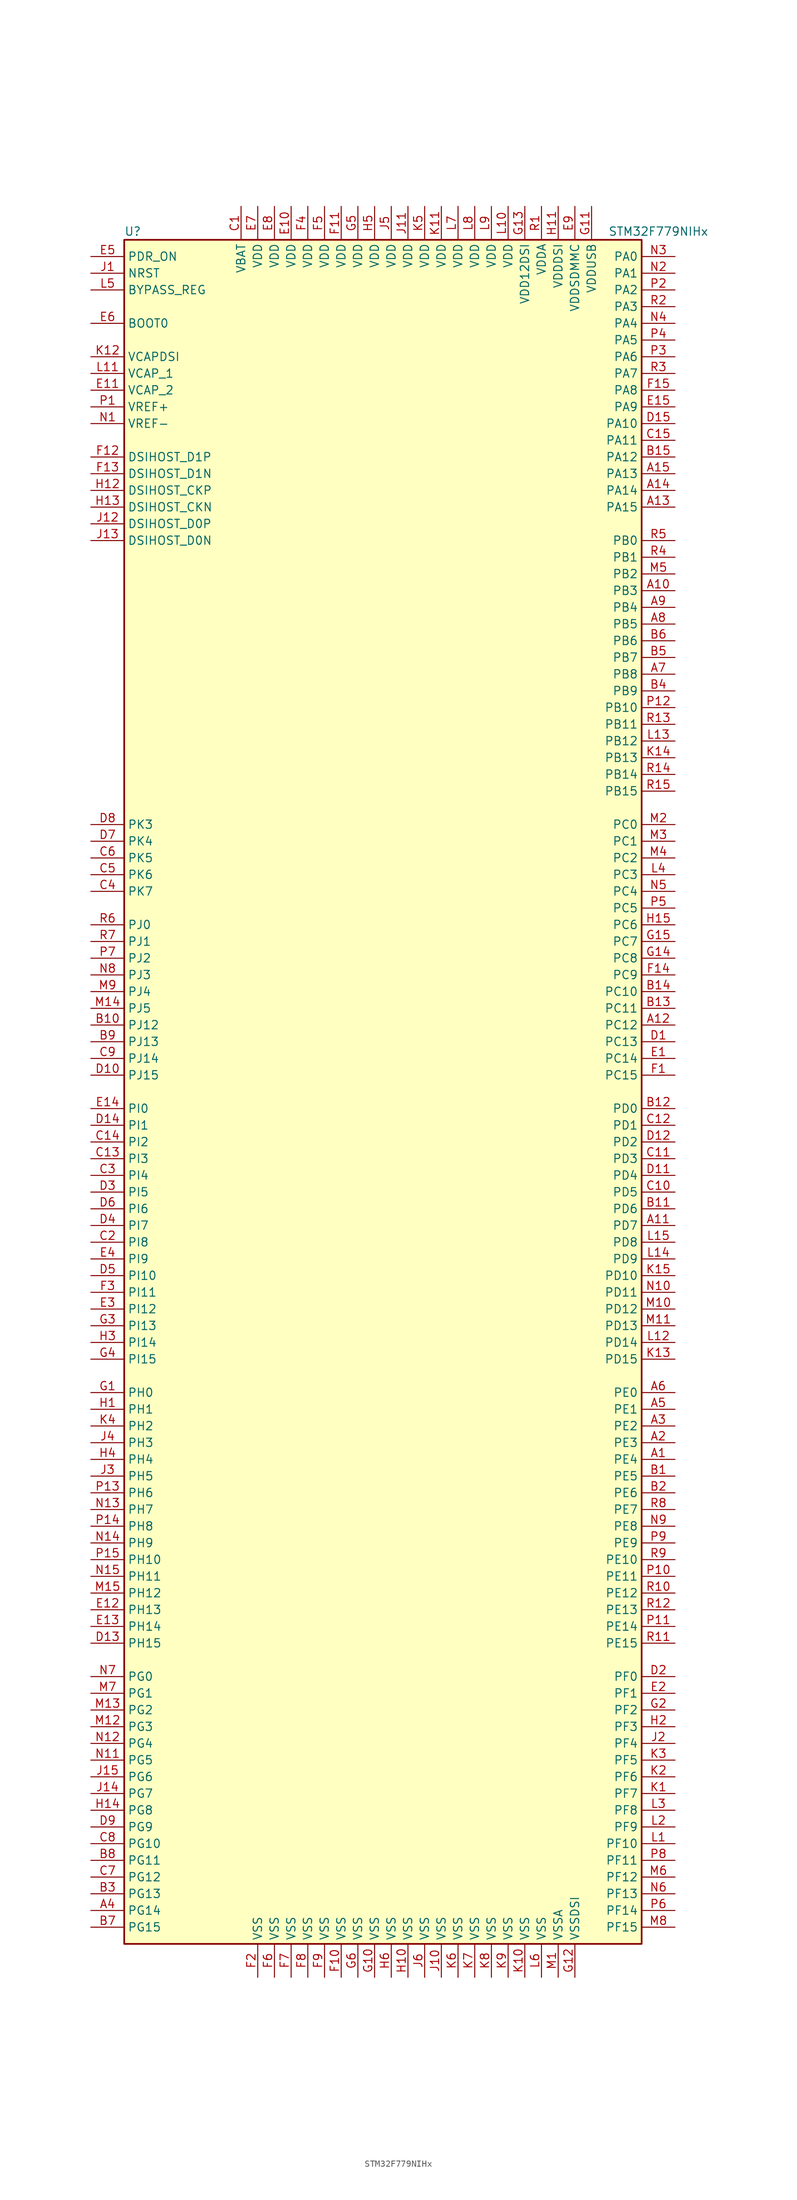
<source format=kicad_sym>
(kicad_symbol_lib
  (version 20201005)
  (generator kicad_symbol_editor)
  (symbol "MCU_ST_STM32F7:STM32F779NIHx"
    (property "Reference" "U"
      (at -40.64 130.81 0)
      (effects (font (size 1.27 1.27)) (justify left)))
    (property "Value" "STM32F779NIHx"
      (at 33.02 130.81 0)
      (effects (font (size 1.27 1.27)) (justify left)))
    (symbol "STM32F779NIHx_0_1"
      (rectangle (start -40.64 -129.54) (end 38.1 129.54) (stroke (width 0.254)) (fill (type background))))
    (symbol "STM32F779NIHx_1_1"
      (pin input line (at -45.72 116.84 0) (length 5.08) (name "BOOT0" (effects (font (size 1.27 1.27)))) (number "E6" (effects (font (size 1.27 1.27)))))
      (pin input line (at -45.72 121.92 0) (length 5.08) (name "BYPASS_REG" (effects (font (size 1.27 1.27)))) (number "L5" (effects (font (size 1.27 1.27)))))
      (pin bidirectional line (at -45.72 88.9 0) (length 5.08) (name "DSIHOST_CKN" (effects (font (size 1.27 1.27)))) (number "H13" (effects (font (size 1.27 1.27)))))
      (pin bidirectional line (at -45.72 91.44 0) (length 5.08) (name "DSIHOST_CKP" (effects (font (size 1.27 1.27)))) (number "H12" (effects (font (size 1.27 1.27)))))
      (pin bidirectional line (at -45.72 83.82 0) (length 5.08) (name "DSIHOST_D0N" (effects (font (size 1.27 1.27)))) (number "J13" (effects (font (size 1.27 1.27)))))
      (pin bidirectional line (at -45.72 86.36 0) (length 5.08) (name "DSIHOST_D0P" (effects (font (size 1.27 1.27)))) (number "J12" (effects (font (size 1.27 1.27)))))
      (pin bidirectional line (at -45.72 93.98 0) (length 5.08) (name "DSIHOST_D1N" (effects (font (size 1.27 1.27)))) (number "F13" (effects (font (size 1.27 1.27)))))
      (pin bidirectional line (at -45.72 96.52 0) (length 5.08) (name "DSIHOST_D1P" (effects (font (size 1.27 1.27)))) (number "F12" (effects (font (size 1.27 1.27)))))
      (pin input line (at -45.72 124.46 0) (length 5.08) (name "NRST" (effects (font (size 1.27 1.27)))) (number "J1" (effects (font (size 1.27 1.27)))))
      (pin bidirectional line (at 43.18 127 180) (length 5.08) (name "PA0" (effects (font (size 1.27 1.27)))) (number "N3" (effects (font (size 1.27 1.27)))))
      (pin bidirectional line (at 43.18 124.46 180) (length 5.08) (name "PA1" (effects (font (size 1.27 1.27)))) (number "N2" (effects (font (size 1.27 1.27)))))
      (pin bidirectional line (at 43.18 101.6 180) (length 5.08) (name "PA10" (effects (font (size 1.27 1.27)))) (number "D15" (effects (font (size 1.27 1.27)))))
      (pin bidirectional line (at 43.18 99.06 180) (length 5.08) (name "PA11" (effects (font (size 1.27 1.27)))) (number "C15" (effects (font (size 1.27 1.27)))))
      (pin bidirectional line (at 43.18 96.52 180) (length 5.08) (name "PA12" (effects (font (size 1.27 1.27)))) (number "B15" (effects (font (size 1.27 1.27)))))
      (pin bidirectional line (at 43.18 93.98 180) (length 5.08) (name "PA13" (effects (font (size 1.27 1.27)))) (number "A15" (effects (font (size 1.27 1.27)))))
      (pin bidirectional line (at 43.18 91.44 180) (length 5.08) (name "PA14" (effects (font (size 1.27 1.27)))) (number "A14" (effects (font (size 1.27 1.27)))))
      (pin bidirectional line (at 43.18 88.9 180) (length 5.08) (name "PA15" (effects (font (size 1.27 1.27)))) (number "A13" (effects (font (size 1.27 1.27)))))
      (pin bidirectional line (at 43.18 121.92 180) (length 5.08) (name "PA2" (effects (font (size 1.27 1.27)))) (number "P2" (effects (font (size 1.27 1.27)))))
      (pin bidirectional line (at 43.18 119.38 180) (length 5.08) (name "PA3" (effects (font (size 1.27 1.27)))) (number "R2" (effects (font (size 1.27 1.27)))))
      (pin bidirectional line (at 43.18 116.84 180) (length 5.08) (name "PA4" (effects (font (size 1.27 1.27)))) (number "N4" (effects (font (size 1.27 1.27)))))
      (pin bidirectional line (at 43.18 114.3 180) (length 5.08) (name "PA5" (effects (font (size 1.27 1.27)))) (number "P4" (effects (font (size 1.27 1.27)))))
      (pin bidirectional line (at 43.18 111.76 180) (length 5.08) (name "PA6" (effects (font (size 1.27 1.27)))) (number "P3" (effects (font (size 1.27 1.27)))))
      (pin bidirectional line (at 43.18 109.22 180) (length 5.08) (name "PA7" (effects (font (size 1.27 1.27)))) (number "R3" (effects (font (size 1.27 1.27)))))
      (pin bidirectional line (at 43.18 106.68 180) (length 5.08) (name "PA8" (effects (font (size 1.27 1.27)))) (number "F15" (effects (font (size 1.27 1.27)))))
      (pin bidirectional line (at 43.18 104.14 180) (length 5.08) (name "PA9" (effects (font (size 1.27 1.27)))) (number "E15" (effects (font (size 1.27 1.27)))))
      (pin bidirectional line (at 43.18 83.82 180) (length 5.08) (name "PB0" (effects (font (size 1.27 1.27)))) (number "R5" (effects (font (size 1.27 1.27)))))
      (pin bidirectional line (at 43.18 81.28 180) (length 5.08) (name "PB1" (effects (font (size 1.27 1.27)))) (number "R4" (effects (font (size 1.27 1.27)))))
      (pin bidirectional line (at 43.18 58.42 180) (length 5.08) (name "PB10" (effects (font (size 1.27 1.27)))) (number "P12" (effects (font (size 1.27 1.27)))))
      (pin bidirectional line (at 43.18 55.88 180) (length 5.08) (name "PB11" (effects (font (size 1.27 1.27)))) (number "R13" (effects (font (size 1.27 1.27)))))
      (pin bidirectional line (at 43.18 53.34 180) (length 5.08) (name "PB12" (effects (font (size 1.27 1.27)))) (number "L13" (effects (font (size 1.27 1.27)))))
      (pin bidirectional line (at 43.18 50.8 180) (length 5.08) (name "PB13" (effects (font (size 1.27 1.27)))) (number "K14" (effects (font (size 1.27 1.27)))))
      (pin bidirectional line (at 43.18 48.26 180) (length 5.08) (name "PB14" (effects (font (size 1.27 1.27)))) (number "R14" (effects (font (size 1.27 1.27)))))
      (pin bidirectional line (at 43.18 45.72 180) (length 5.08) (name "PB15" (effects (font (size 1.27 1.27)))) (number "R15" (effects (font (size 1.27 1.27)))))
      (pin bidirectional line (at 43.18 78.74 180) (length 5.08) (name "PB2" (effects (font (size 1.27 1.27)))) (number "M5" (effects (font (size 1.27 1.27)))))
      (pin bidirectional line (at 43.18 76.2 180) (length 5.08) (name "PB3" (effects (font (size 1.27 1.27)))) (number "A10" (effects (font (size 1.27 1.27)))))
      (pin bidirectional line (at 43.18 73.66 180) (length 5.08) (name "PB4" (effects (font (size 1.27 1.27)))) (number "A9" (effects (font (size 1.27 1.27)))))
      (pin bidirectional line (at 43.18 71.12 180) (length 5.08) (name "PB5" (effects (font (size 1.27 1.27)))) (number "A8" (effects (font (size 1.27 1.27)))))
      (pin bidirectional line (at 43.18 68.58 180) (length 5.08) (name "PB6" (effects (font (size 1.27 1.27)))) (number "B6" (effects (font (size 1.27 1.27)))))
      (pin bidirectional line (at 43.18 66.04 180) (length 5.08) (name "PB7" (effects (font (size 1.27 1.27)))) (number "B5" (effects (font (size 1.27 1.27)))))
      (pin bidirectional line (at 43.18 63.5 180) (length 5.08) (name "PB8" (effects (font (size 1.27 1.27)))) (number "A7" (effects (font (size 1.27 1.27)))))
      (pin bidirectional line (at 43.18 60.96 180) (length 5.08) (name "PB9" (effects (font (size 1.27 1.27)))) (number "B4" (effects (font (size 1.27 1.27)))))
      (pin bidirectional line (at 43.18 40.64 180) (length 5.08) (name "PC0" (effects (font (size 1.27 1.27)))) (number "M2" (effects (font (size 1.27 1.27)))))
      (pin bidirectional line (at 43.18 38.1 180) (length 5.08) (name "PC1" (effects (font (size 1.27 1.27)))) (number "M3" (effects (font (size 1.27 1.27)))))
      (pin bidirectional line (at 43.18 15.24 180) (length 5.08) (name "PC10" (effects (font (size 1.27 1.27)))) (number "B14" (effects (font (size 1.27 1.27)))))
      (pin bidirectional line (at 43.18 12.7 180) (length 5.08) (name "PC11" (effects (font (size 1.27 1.27)))) (number "B13" (effects (font (size 1.27 1.27)))))
      (pin bidirectional line (at 43.18 10.16 180) (length 5.08) (name "PC12" (effects (font (size 1.27 1.27)))) (number "A12" (effects (font (size 1.27 1.27)))))
      (pin bidirectional line (at 43.18 7.62 180) (length 5.08) (name "PC13" (effects (font (size 1.27 1.27)))) (number "D1" (effects (font (size 1.27 1.27)))))
      (pin bidirectional line (at 43.18 5.08 180) (length 5.08) (name "PC14" (effects (font (size 1.27 1.27)))) (number "E1" (effects (font (size 1.27 1.27)))))
      (pin bidirectional line (at 43.18 2.54 180) (length 5.08) (name "PC15" (effects (font (size 1.27 1.27)))) (number "F1" (effects (font (size 1.27 1.27)))))
      (pin bidirectional line (at 43.18 35.56 180) (length 5.08) (name "PC2" (effects (font (size 1.27 1.27)))) (number "M4" (effects (font (size 1.27 1.27)))))
      (pin bidirectional line (at 43.18 33.02 180) (length 5.08) (name "PC3" (effects (font (size 1.27 1.27)))) (number "L4" (effects (font (size 1.27 1.27)))))
      (pin bidirectional line (at 43.18 30.48 180) (length 5.08) (name "PC4" (effects (font (size 1.27 1.27)))) (number "N5" (effects (font (size 1.27 1.27)))))
      (pin bidirectional line (at 43.18 27.94 180) (length 5.08) (name "PC5" (effects (font (size 1.27 1.27)))) (number "P5" (effects (font (size 1.27 1.27)))))
      (pin bidirectional line (at 43.18 25.4 180) (length 5.08) (name "PC6" (effects (font (size 1.27 1.27)))) (number "H15" (effects (font (size 1.27 1.27)))))
      (pin bidirectional line (at 43.18 22.86 180) (length 5.08) (name "PC7" (effects (font (size 1.27 1.27)))) (number "G15" (effects (font (size 1.27 1.27)))))
      (pin bidirectional line (at 43.18 20.32 180) (length 5.08) (name "PC8" (effects (font (size 1.27 1.27)))) (number "G14" (effects (font (size 1.27 1.27)))))
      (pin bidirectional line (at 43.18 17.78 180) (length 5.08) (name "PC9" (effects (font (size 1.27 1.27)))) (number "F14" (effects (font (size 1.27 1.27)))))
      (pin bidirectional line (at 43.18 -2.54 180) (length 5.08) (name "PD0" (effects (font (size 1.27 1.27)))) (number "B12" (effects (font (size 1.27 1.27)))))
      (pin bidirectional line (at 43.18 -5.08 180) (length 5.08) (name "PD1" (effects (font (size 1.27 1.27)))) (number "C12" (effects (font (size 1.27 1.27)))))
      (pin bidirectional line (at 43.18 -27.94 180) (length 5.08) (name "PD10" (effects (font (size 1.27 1.27)))) (number "K15" (effects (font (size 1.27 1.27)))))
      (pin bidirectional line (at 43.18 -30.48 180) (length 5.08) (name "PD11" (effects (font (size 1.27 1.27)))) (number "N10" (effects (font (size 1.27 1.27)))))
      (pin bidirectional line (at 43.18 -33.02 180) (length 5.08) (name "PD12" (effects (font (size 1.27 1.27)))) (number "M10" (effects (font (size 1.27 1.27)))))
      (pin bidirectional line (at 43.18 -35.56 180) (length 5.08) (name "PD13" (effects (font (size 1.27 1.27)))) (number "M11" (effects (font (size 1.27 1.27)))))
      (pin bidirectional line (at 43.18 -38.1 180) (length 5.08) (name "PD14" (effects (font (size 1.27 1.27)))) (number "L12" (effects (font (size 1.27 1.27)))))
      (pin bidirectional line (at 43.18 -40.64 180) (length 5.08) (name "PD15" (effects (font (size 1.27 1.27)))) (number "K13" (effects (font (size 1.27 1.27)))))
      (pin bidirectional line (at 43.18 -7.62 180) (length 5.08) (name "PD2" (effects (font (size 1.27 1.27)))) (number "D12" (effects (font (size 1.27 1.27)))))
      (pin bidirectional line (at 43.18 -10.16 180) (length 5.08) (name "PD3" (effects (font (size 1.27 1.27)))) (number "C11" (effects (font (size 1.27 1.27)))))
      (pin bidirectional line (at 43.18 -12.7 180) (length 5.08) (name "PD4" (effects (font (size 1.27 1.27)))) (number "D11" (effects (font (size 1.27 1.27)))))
      (pin bidirectional line (at 43.18 -15.24 180) (length 5.08) (name "PD5" (effects (font (size 1.27 1.27)))) (number "C10" (effects (font (size 1.27 1.27)))))
      (pin bidirectional line (at 43.18 -17.78 180) (length 5.08) (name "PD6" (effects (font (size 1.27 1.27)))) (number "B11" (effects (font (size 1.27 1.27)))))
      (pin bidirectional line (at 43.18 -20.32 180) (length 5.08) (name "PD7" (effects (font (size 1.27 1.27)))) (number "A11" (effects (font (size 1.27 1.27)))))
      (pin bidirectional line (at 43.18 -22.86 180) (length 5.08) (name "PD8" (effects (font (size 1.27 1.27)))) (number "L15" (effects (font (size 1.27 1.27)))))
      (pin bidirectional line (at 43.18 -25.4 180) (length 5.08) (name "PD9" (effects (font (size 1.27 1.27)))) (number "L14" (effects (font (size 1.27 1.27)))))
      (pin input line (at -45.72 127 0) (length 5.08) (name "PDR_ON" (effects (font (size 1.27 1.27)))) (number "E5" (effects (font (size 1.27 1.27)))))
      (pin bidirectional line (at 43.18 -45.72 180) (length 5.08) (name "PE0" (effects (font (size 1.27 1.27)))) (number "A6" (effects (font (size 1.27 1.27)))))
      (pin bidirectional line (at 43.18 -48.26 180) (length 5.08) (name "PE1" (effects (font (size 1.27 1.27)))) (number "A5" (effects (font (size 1.27 1.27)))))
      (pin bidirectional line (at 43.18 -71.12 180) (length 5.08) (name "PE10" (effects (font (size 1.27 1.27)))) (number "R9" (effects (font (size 1.27 1.27)))))
      (pin bidirectional line (at 43.18 -73.66 180) (length 5.08) (name "PE11" (effects (font (size 1.27 1.27)))) (number "P10" (effects (font (size 1.27 1.27)))))
      (pin bidirectional line (at 43.18 -76.2 180) (length 5.08) (name "PE12" (effects (font (size 1.27 1.27)))) (number "R10" (effects (font (size 1.27 1.27)))))
      (pin bidirectional line (at 43.18 -78.74 180) (length 5.08) (name "PE13" (effects (font (size 1.27 1.27)))) (number "R12" (effects (font (size 1.27 1.27)))))
      (pin bidirectional line (at 43.18 -81.28 180) (length 5.08) (name "PE14" (effects (font (size 1.27 1.27)))) (number "P11" (effects (font (size 1.27 1.27)))))
      (pin bidirectional line (at 43.18 -83.82 180) (length 5.08) (name "PE15" (effects (font (size 1.27 1.27)))) (number "R11" (effects (font (size 1.27 1.27)))))
      (pin bidirectional line (at 43.18 -50.8 180) (length 5.08) (name "PE2" (effects (font (size 1.27 1.27)))) (number "A3" (effects (font (size 1.27 1.27)))))
      (pin bidirectional line (at 43.18 -53.34 180) (length 5.08) (name "PE3" (effects (font (size 1.27 1.27)))) (number "A2" (effects (font (size 1.27 1.27)))))
      (pin bidirectional line (at 43.18 -55.88 180) (length 5.08) (name "PE4" (effects (font (size 1.27 1.27)))) (number "A1" (effects (font (size 1.27 1.27)))))
      (pin bidirectional line (at 43.18 -58.42 180) (length 5.08) (name "PE5" (effects (font (size 1.27 1.27)))) (number "B1" (effects (font (size 1.27 1.27)))))
      (pin bidirectional line (at 43.18 -60.96 180) (length 5.08) (name "PE6" (effects (font (size 1.27 1.27)))) (number "B2" (effects (font (size 1.27 1.27)))))
      (pin bidirectional line (at 43.18 -63.5 180) (length 5.08) (name "PE7" (effects (font (size 1.27 1.27)))) (number "R8" (effects (font (size 1.27 1.27)))))
      (pin bidirectional line (at 43.18 -66.04 180) (length 5.08) (name "PE8" (effects (font (size 1.27 1.27)))) (number "N9" (effects (font (size 1.27 1.27)))))
      (pin bidirectional line (at 43.18 -68.58 180) (length 5.08) (name "PE9" (effects (font (size 1.27 1.27)))) (number "P9" (effects (font (size 1.27 1.27)))))
      (pin bidirectional line (at 43.18 -88.9 180) (length 5.08) (name "PF0" (effects (font (size 1.27 1.27)))) (number "D2" (effects (font (size 1.27 1.27)))))
      (pin bidirectional line (at 43.18 -91.44 180) (length 5.08) (name "PF1" (effects (font (size 1.27 1.27)))) (number "E2" (effects (font (size 1.27 1.27)))))
      (pin bidirectional line (at 43.18 -114.3 180) (length 5.08) (name "PF10" (effects (font (size 1.27 1.27)))) (number "L1" (effects (font (size 1.27 1.27)))))
      (pin bidirectional line (at 43.18 -116.84 180) (length 5.08) (name "PF11" (effects (font (size 1.27 1.27)))) (number "P8" (effects (font (size 1.27 1.27)))))
      (pin bidirectional line (at 43.18 -119.38 180) (length 5.08) (name "PF12" (effects (font (size 1.27 1.27)))) (number "M6" (effects (font (size 1.27 1.27)))))
      (pin bidirectional line (at 43.18 -121.92 180) (length 5.08) (name "PF13" (effects (font (size 1.27 1.27)))) (number "N6" (effects (font (size 1.27 1.27)))))
      (pin bidirectional line (at 43.18 -124.46 180) (length 5.08) (name "PF14" (effects (font (size 1.27 1.27)))) (number "P6" (effects (font (size 1.27 1.27)))))
      (pin bidirectional line (at 43.18 -127 180) (length 5.08) (name "PF15" (effects (font (size 1.27 1.27)))) (number "M8" (effects (font (size 1.27 1.27)))))
      (pin bidirectional line (at 43.18 -93.98 180) (length 5.08) (name "PF2" (effects (font (size 1.27 1.27)))) (number "G2" (effects (font (size 1.27 1.27)))))
      (pin bidirectional line (at 43.18 -96.52 180) (length 5.08) (name "PF3" (effects (font (size 1.27 1.27)))) (number "H2" (effects (font (size 1.27 1.27)))))
      (pin bidirectional line (at 43.18 -99.06 180) (length 5.08) (name "PF4" (effects (font (size 1.27 1.27)))) (number "J2" (effects (font (size 1.27 1.27)))))
      (pin bidirectional line (at 43.18 -101.6 180) (length 5.08) (name "PF5" (effects (font (size 1.27 1.27)))) (number "K3" (effects (font (size 1.27 1.27)))))
      (pin bidirectional line (at 43.18 -104.14 180) (length 5.08) (name "PF6" (effects (font (size 1.27 1.27)))) (number "K2" (effects (font (size 1.27 1.27)))))
      (pin bidirectional line (at 43.18 -106.68 180) (length 5.08) (name "PF7" (effects (font (size 1.27 1.27)))) (number "K1" (effects (font (size 1.27 1.27)))))
      (pin bidirectional line (at 43.18 -109.22 180) (length 5.08) (name "PF8" (effects (font (size 1.27 1.27)))) (number "L3" (effects (font (size 1.27 1.27)))))
      (pin bidirectional line (at 43.18 -111.76 180) (length 5.08) (name "PF9" (effects (font (size 1.27 1.27)))) (number "L2" (effects (font (size 1.27 1.27)))))
      (pin bidirectional line (at -45.72 -88.9 0) (length 5.08) (name "PG0" (effects (font (size 1.27 1.27)))) (number "N7" (effects (font (size 1.27 1.27)))))
      (pin bidirectional line (at -45.72 -91.44 0) (length 5.08) (name "PG1" (effects (font (size 1.27 1.27)))) (number "M7" (effects (font (size 1.27 1.27)))))
      (pin bidirectional line (at -45.72 -114.3 0) (length 5.08) (name "PG10" (effects (font (size 1.27 1.27)))) (number "C8" (effects (font (size 1.27 1.27)))))
      (pin bidirectional line (at -45.72 -116.84 0) (length 5.08) (name "PG11" (effects (font (size 1.27 1.27)))) (number "B8" (effects (font (size 1.27 1.27)))))
      (pin bidirectional line (at -45.72 -119.38 0) (length 5.08) (name "PG12" (effects (font (size 1.27 1.27)))) (number "C7" (effects (font (size 1.27 1.27)))))
      (pin bidirectional line (at -45.72 -121.92 0) (length 5.08) (name "PG13" (effects (font (size 1.27 1.27)))) (number "B3" (effects (font (size 1.27 1.27)))))
      (pin bidirectional line (at -45.72 -124.46 0) (length 5.08) (name "PG14" (effects (font (size 1.27 1.27)))) (number "A4" (effects (font (size 1.27 1.27)))))
      (pin bidirectional line (at -45.72 -127 0) (length 5.08) (name "PG15" (effects (font (size 1.27 1.27)))) (number "B7" (effects (font (size 1.27 1.27)))))
      (pin bidirectional line (at -45.72 -93.98 0) (length 5.08) (name "PG2" (effects (font (size 1.27 1.27)))) (number "M13" (effects (font (size 1.27 1.27)))))
      (pin bidirectional line (at -45.72 -96.52 0) (length 5.08) (name "PG3" (effects (font (size 1.27 1.27)))) (number "M12" (effects (font (size 1.27 1.27)))))
      (pin bidirectional line (at -45.72 -99.06 0) (length 5.08) (name "PG4" (effects (font (size 1.27 1.27)))) (number "N12" (effects (font (size 1.27 1.27)))))
      (pin bidirectional line (at -45.72 -101.6 0) (length 5.08) (name "PG5" (effects (font (size 1.27 1.27)))) (number "N11" (effects (font (size 1.27 1.27)))))
      (pin bidirectional line (at -45.72 -104.14 0) (length 5.08) (name "PG6" (effects (font (size 1.27 1.27)))) (number "J15" (effects (font (size 1.27 1.27)))))
      (pin bidirectional line (at -45.72 -106.68 0) (length 5.08) (name "PG7" (effects (font (size 1.27 1.27)))) (number "J14" (effects (font (size 1.27 1.27)))))
      (pin bidirectional line (at -45.72 -109.22 0) (length 5.08) (name "PG8" (effects (font (size 1.27 1.27)))) (number "H14" (effects (font (size 1.27 1.27)))))
      (pin bidirectional line (at -45.72 -111.76 0) (length 5.08) (name "PG9" (effects (font (size 1.27 1.27)))) (number "D9" (effects (font (size 1.27 1.27)))))
      (pin input line (at -45.72 -45.72 0) (length 5.08) (name "PH0" (effects (font (size 1.27 1.27)))) (number "G1" (effects (font (size 1.27 1.27)))))
      (pin input line (at -45.72 -48.26 0) (length 5.08) (name "PH1" (effects (font (size 1.27 1.27)))) (number "H1" (effects (font (size 1.27 1.27)))))
      (pin bidirectional line (at -45.72 -71.12 0) (length 5.08) (name "PH10" (effects (font (size 1.27 1.27)))) (number "P15" (effects (font (size 1.27 1.27)))))
      (pin bidirectional line (at -45.72 -73.66 0) (length 5.08) (name "PH11" (effects (font (size 1.27 1.27)))) (number "N15" (effects (font (size 1.27 1.27)))))
      (pin bidirectional line (at -45.72 -76.2 0) (length 5.08) (name "PH12" (effects (font (size 1.27 1.27)))) (number "M15" (effects (font (size 1.27 1.27)))))
      (pin bidirectional line (at -45.72 -78.74 0) (length 5.08) (name "PH13" (effects (font (size 1.27 1.27)))) (number "E12" (effects (font (size 1.27 1.27)))))
      (pin bidirectional line (at -45.72 -81.28 0) (length 5.08) (name "PH14" (effects (font (size 1.27 1.27)))) (number "E13" (effects (font (size 1.27 1.27)))))
      (pin bidirectional line (at -45.72 -83.82 0) (length 5.08) (name "PH15" (effects (font (size 1.27 1.27)))) (number "D13" (effects (font (size 1.27 1.27)))))
      (pin bidirectional line (at -45.72 -50.8 0) (length 5.08) (name "PH2" (effects (font (size 1.27 1.27)))) (number "K4" (effects (font (size 1.27 1.27)))))
      (pin bidirectional line (at -45.72 -53.34 0) (length 5.08) (name "PH3" (effects (font (size 1.27 1.27)))) (number "J4" (effects (font (size 1.27 1.27)))))
      (pin bidirectional line (at -45.72 -55.88 0) (length 5.08) (name "PH4" (effects (font (size 1.27 1.27)))) (number "H4" (effects (font (size 1.27 1.27)))))
      (pin bidirectional line (at -45.72 -58.42 0) (length 5.08) (name "PH5" (effects (font (size 1.27 1.27)))) (number "J3" (effects (font (size 1.27 1.27)))))
      (pin bidirectional line (at -45.72 -60.96 0) (length 5.08) (name "PH6" (effects (font (size 1.27 1.27)))) (number "P13" (effects (font (size 1.27 1.27)))))
      (pin bidirectional line (at -45.72 -63.5 0) (length 5.08) (name "PH7" (effects (font (size 1.27 1.27)))) (number "N13" (effects (font (size 1.27 1.27)))))
      (pin bidirectional line (at -45.72 -66.04 0) (length 5.08) (name "PH8" (effects (font (size 1.27 1.27)))) (number "P14" (effects (font (size 1.27 1.27)))))
      (pin bidirectional line (at -45.72 -68.58 0) (length 5.08) (name "PH9" (effects (font (size 1.27 1.27)))) (number "N14" (effects (font (size 1.27 1.27)))))
      (pin bidirectional line (at -45.72 -2.54 0) (length 5.08) (name "PI0" (effects (font (size 1.27 1.27)))) (number "E14" (effects (font (size 1.27 1.27)))))
      (pin bidirectional line (at -45.72 -5.08 0) (length 5.08) (name "PI1" (effects (font (size 1.27 1.27)))) (number "D14" (effects (font (size 1.27 1.27)))))
      (pin bidirectional line (at -45.72 -27.94 0) (length 5.08) (name "PI10" (effects (font (size 1.27 1.27)))) (number "D5" (effects (font (size 1.27 1.27)))))
      (pin bidirectional line (at -45.72 -30.48 0) (length 5.08) (name "PI11" (effects (font (size 1.27 1.27)))) (number "F3" (effects (font (size 1.27 1.27)))))
      (pin bidirectional line (at -45.72 -33.02 0) (length 5.08) (name "PI12" (effects (font (size 1.27 1.27)))) (number "E3" (effects (font (size 1.27 1.27)))))
      (pin bidirectional line (at -45.72 -35.56 0) (length 5.08) (name "PI13" (effects (font (size 1.27 1.27)))) (number "G3" (effects (font (size 1.27 1.27)))))
      (pin bidirectional line (at -45.72 -38.1 0) (length 5.08) (name "PI14" (effects (font (size 1.27 1.27)))) (number "H3" (effects (font (size 1.27 1.27)))))
      (pin bidirectional line (at -45.72 -40.64 0) (length 5.08) (name "PI15" (effects (font (size 1.27 1.27)))) (number "G4" (effects (font (size 1.27 1.27)))))
      (pin bidirectional line (at -45.72 -7.62 0) (length 5.08) (name "PI2" (effects (font (size 1.27 1.27)))) (number "C14" (effects (font (size 1.27 1.27)))))
      (pin bidirectional line (at -45.72 -10.16 0) (length 5.08) (name "PI3" (effects (font (size 1.27 1.27)))) (number "C13" (effects (font (size 1.27 1.27)))))
      (pin bidirectional line (at -45.72 -12.7 0) (length 5.08) (name "PI4" (effects (font (size 1.27 1.27)))) (number "C3" (effects (font (size 1.27 1.27)))))
      (pin bidirectional line (at -45.72 -15.24 0) (length 5.08) (name "PI5" (effects (font (size 1.27 1.27)))) (number "D3" (effects (font (size 1.27 1.27)))))
      (pin bidirectional line (at -45.72 -17.78 0) (length 5.08) (name "PI6" (effects (font (size 1.27 1.27)))) (number "D6" (effects (font (size 1.27 1.27)))))
      (pin bidirectional line (at -45.72 -20.32 0) (length 5.08) (name "PI7" (effects (font (size 1.27 1.27)))) (number "D4" (effects (font (size 1.27 1.27)))))
      (pin bidirectional line (at -45.72 -22.86 0) (length 5.08) (name "PI8" (effects (font (size 1.27 1.27)))) (number "C2" (effects (font (size 1.27 1.27)))))
      (pin bidirectional line (at -45.72 -25.4 0) (length 5.08) (name "PI9" (effects (font (size 1.27 1.27)))) (number "E4" (effects (font (size 1.27 1.27)))))
      (pin bidirectional line (at -45.72 25.4 0) (length 5.08) (name "PJ0" (effects (font (size 1.27 1.27)))) (number "R6" (effects (font (size 1.27 1.27)))))
      (pin bidirectional line (at -45.72 22.86 0) (length 5.08) (name "PJ1" (effects (font (size 1.27 1.27)))) (number "R7" (effects (font (size 1.27 1.27)))))
      (pin bidirectional line (at -45.72 10.16 0) (length 5.08) (name "PJ12" (effects (font (size 1.27 1.27)))) (number "B10" (effects (font (size 1.27 1.27)))))
      (pin bidirectional line (at -45.72 7.62 0) (length 5.08) (name "PJ13" (effects (font (size 1.27 1.27)))) (number "B9" (effects (font (size 1.27 1.27)))))
      (pin bidirectional line (at -45.72 5.08 0) (length 5.08) (name "PJ14" (effects (font (size 1.27 1.27)))) (number "C9" (effects (font (size 1.27 1.27)))))
      (pin bidirectional line (at -45.72 2.54 0) (length 5.08) (name "PJ15" (effects (font (size 1.27 1.27)))) (number "D10" (effects (font (size 1.27 1.27)))))
      (pin bidirectional line (at -45.72 20.32 0) (length 5.08) (name "PJ2" (effects (font (size 1.27 1.27)))) (number "P7" (effects (font (size 1.27 1.27)))))
      (pin bidirectional line (at -45.72 17.78 0) (length 5.08) (name "PJ3" (effects (font (size 1.27 1.27)))) (number "N8" (effects (font (size 1.27 1.27)))))
      (pin bidirectional line (at -45.72 15.24 0) (length 5.08) (name "PJ4" (effects (font (size 1.27 1.27)))) (number "M9" (effects (font (size 1.27 1.27)))))
      (pin bidirectional line (at -45.72 12.7 0) (length 5.08) (name "PJ5" (effects (font (size 1.27 1.27)))) (number "M14" (effects (font (size 1.27 1.27)))))
      (pin bidirectional line (at -45.72 40.64 0) (length 5.08) (name "PK3" (effects (font (size 1.27 1.27)))) (number "D8" (effects (font (size 1.27 1.27)))))
      (pin bidirectional line (at -45.72 38.1 0) (length 5.08) (name "PK4" (effects (font (size 1.27 1.27)))) (number "D7" (effects (font (size 1.27 1.27)))))
      (pin bidirectional line (at -45.72 35.56 0) (length 5.08) (name "PK5" (effects (font (size 1.27 1.27)))) (number "C6" (effects (font (size 1.27 1.27)))))
      (pin bidirectional line (at -45.72 33.02 0) (length 5.08) (name "PK6" (effects (font (size 1.27 1.27)))) (number "C5" (effects (font (size 1.27 1.27)))))
      (pin bidirectional line (at -45.72 30.48 0) (length 5.08) (name "PK7" (effects (font (size 1.27 1.27)))) (number "C4" (effects (font (size 1.27 1.27)))))
      (pin power_in line (at -22.86 134.62 270) (length 5.08) (name "VBAT" (effects (font (size 1.27 1.27)))) (number "C1" (effects (font (size 1.27 1.27)))))
      (pin power_in line (at -45.72 111.76 0) (length 5.08) (name "VCAPDSI" (effects (font (size 1.27 1.27)))) (number "K12" (effects (font (size 1.27 1.27)))))
      (pin power_in line (at -45.72 109.22 0) (length 5.08) (name "VCAP_1" (effects (font (size 1.27 1.27)))) (number "L11" (effects (font (size 1.27 1.27)))))
      (pin power_in line (at -45.72 106.68 0) (length 5.08) (name "VCAP_2" (effects (font (size 1.27 1.27)))) (number "E11" (effects (font (size 1.27 1.27)))))
      (pin power_in line (at -15.24 134.62 270) (length 5.08) (name "VDD" (effects (font (size 1.27 1.27)))) (number "E10" (effects (font (size 1.27 1.27)))))
      (pin power_in line (at -20.32 134.62 270) (length 5.08) (name "VDD" (effects (font (size 1.27 1.27)))) (number "E7" (effects (font (size 1.27 1.27)))))
      (pin power_in line (at -17.78 134.62 270) (length 5.08) (name "VDD" (effects (font (size 1.27 1.27)))) (number "E8" (effects (font (size 1.27 1.27)))))
      (pin power_in line (at -7.62 134.62 270) (length 5.08) (name "VDD" (effects (font (size 1.27 1.27)))) (number "F11" (effects (font (size 1.27 1.27)))))
      (pin power_in line (at -12.7 134.62 270) (length 5.08) (name "VDD" (effects (font (size 1.27 1.27)))) (number "F4" (effects (font (size 1.27 1.27)))))
      (pin power_in line (at -10.16 134.62 270) (length 5.08) (name "VDD" (effects (font (size 1.27 1.27)))) (number "F5" (effects (font (size 1.27 1.27)))))
      (pin power_in line (at -5.08 134.62 270) (length 5.08) (name "VDD" (effects (font (size 1.27 1.27)))) (number "G5" (effects (font (size 1.27 1.27)))))
      (pin power_in line (at -2.54 134.62 270) (length 5.08) (name "VDD" (effects (font (size 1.27 1.27)))) (number "H5" (effects (font (size 1.27 1.27)))))
      (pin power_in line (at 2.54 134.62 270) (length 5.08) (name "VDD" (effects (font (size 1.27 1.27)))) (number "J11" (effects (font (size 1.27 1.27)))))
      (pin power_in line (at 0 134.62 270) (length 5.08) (name "VDD" (effects (font (size 1.27 1.27)))) (number "J5" (effects (font (size 1.27 1.27)))))
      (pin power_in line (at 7.62 134.62 270) (length 5.08) (name "VDD" (effects (font (size 1.27 1.27)))) (number "K11" (effects (font (size 1.27 1.27)))))
      (pin power_in line (at 5.08 134.62 270) (length 5.08) (name "VDD" (effects (font (size 1.27 1.27)))) (number "K5" (effects (font (size 1.27 1.27)))))
      (pin power_in line (at 17.78 134.62 270) (length 5.08) (name "VDD" (effects (font (size 1.27 1.27)))) (number "L10" (effects (font (size 1.27 1.27)))))
      (pin power_in line (at 10.16 134.62 270) (length 5.08) (name "VDD" (effects (font (size 1.27 1.27)))) (number "L7" (effects (font (size 1.27 1.27)))))
      (pin power_in line (at 12.7 134.62 270) (length 5.08) (name "VDD" (effects (font (size 1.27 1.27)))) (number "L8" (effects (font (size 1.27 1.27)))))
      (pin power_in line (at 15.24 134.62 270) (length 5.08) (name "VDD" (effects (font (size 1.27 1.27)))) (number "L9" (effects (font (size 1.27 1.27)))))
      (pin power_in line (at 20.32 134.62 270) (length 5.08) (name "VDD12DSI" (effects (font (size 1.27 1.27)))) (number "G13" (effects (font (size 1.27 1.27)))))
      (pin power_in line (at 22.86 134.62 270) (length 5.08) (name "VDDA" (effects (font (size 1.27 1.27)))) (number "R1" (effects (font (size 1.27 1.27)))))
      (pin power_in line (at 25.4 134.62 270) (length 5.08) (name "VDDDSI" (effects (font (size 1.27 1.27)))) (number "H11" (effects (font (size 1.27 1.27)))))
      (pin power_in line (at 27.94 134.62 270) (length 5.08) (name "VDDSDMMC" (effects (font (size 1.27 1.27)))) (number "E9" (effects (font (size 1.27 1.27)))))
      (pin power_in line (at 30.48 134.62 270) (length 5.08) (name "VDDUSB" (effects (font (size 1.27 1.27)))) (number "G11" (effects (font (size 1.27 1.27)))))
      (pin power_in line (at -45.72 104.14 0) (length 5.08) (name "VREF+" (effects (font (size 1.27 1.27)))) (number "P1" (effects (font (size 1.27 1.27)))))
      (pin power_in line (at -45.72 101.6 0) (length 5.08) (name "VREF-" (effects (font (size 1.27 1.27)))) (number "N1" (effects (font (size 1.27 1.27)))))
      (pin power_in line (at -7.62 -134.62 90) (length 5.08) (name "VSS" (effects (font (size 1.27 1.27)))) (number "F10" (effects (font (size 1.27 1.27)))))
      (pin power_in line (at -20.32 -134.62 90) (length 5.08) (name "VSS" (effects (font (size 1.27 1.27)))) (number "F2" (effects (font (size 1.27 1.27)))))
      (pin power_in line (at -17.78 -134.62 90) (length 5.08) (name "VSS" (effects (font (size 1.27 1.27)))) (number "F6" (effects (font (size 1.27 1.27)))))
      (pin power_in line (at -15.24 -134.62 90) (length 5.08) (name "VSS" (effects (font (size 1.27 1.27)))) (number "F7" (effects (font (size 1.27 1.27)))))
      (pin power_in line (at -12.7 -134.62 90) (length 5.08) (name "VSS" (effects (font (size 1.27 1.27)))) (number "F8" (effects (font (size 1.27 1.27)))))
      (pin power_in line (at -10.16 -134.62 90) (length 5.08) (name "VSS" (effects (font (size 1.27 1.27)))) (number "F9" (effects (font (size 1.27 1.27)))))
      (pin power_in line (at -2.54 -134.62 90) (length 5.08) (name "VSS" (effects (font (size 1.27 1.27)))) (number "G10" (effects (font (size 1.27 1.27)))))
      (pin power_in line (at -5.08 -134.62 90) (length 5.08) (name "VSS" (effects (font (size 1.27 1.27)))) (number "G6" (effects (font (size 1.27 1.27)))))
      (pin power_in line (at 2.54 -134.62 90) (length 5.08) (name "VSS" (effects (font (size 1.27 1.27)))) (number "H10" (effects (font (size 1.27 1.27)))))
      (pin power_in line (at 0 -134.62 90) (length 5.08) (name "VSS" (effects (font (size 1.27 1.27)))) (number "H6" (effects (font (size 1.27 1.27)))))
      (pin power_in line (at 7.62 -134.62 90) (length 5.08) (name "VSS" (effects (font (size 1.27 1.27)))) (number "J10" (effects (font (size 1.27 1.27)))))
      (pin power_in line (at 5.08 -134.62 90) (length 5.08) (name "VSS" (effects (font (size 1.27 1.27)))) (number "J6" (effects (font (size 1.27 1.27)))))
      (pin power_in line (at 20.32 -134.62 90) (length 5.08) (name "VSS" (effects (font (size 1.27 1.27)))) (number "K10" (effects (font (size 1.27 1.27)))))
      (pin power_in line (at 10.16 -134.62 90) (length 5.08) (name "VSS" (effects (font (size 1.27 1.27)))) (number "K6" (effects (font (size 1.27 1.27)))))
      (pin power_in line (at 12.7 -134.62 90) (length 5.08) (name "VSS" (effects (font (size 1.27 1.27)))) (number "K7" (effects (font (size 1.27 1.27)))))
      (pin power_in line (at 15.24 -134.62 90) (length 5.08) (name "VSS" (effects (font (size 1.27 1.27)))) (number "K8" (effects (font (size 1.27 1.27)))))
      (pin power_in line (at 17.78 -134.62 90) (length 5.08) (name "VSS" (effects (font (size 1.27 1.27)))) (number "K9" (effects (font (size 1.27 1.27)))))
      (pin power_in line (at 22.86 -134.62 90) (length 5.08) (name "VSS" (effects (font (size 1.27 1.27)))) (number "L6" (effects (font (size 1.27 1.27)))))
      (pin power_in line (at 25.4 -134.62 90) (length 5.08) (name "VSSA" (effects (font (size 1.27 1.27)))) (number "M1" (effects (font (size 1.27 1.27)))))
      (pin power_in line (at 27.94 -134.62 90) (length 5.08) (name "VSSDSI" (effects (font (size 1.27 1.27)))) (number "G12" (effects (font (size 1.27 1.27))))))))
</source>
